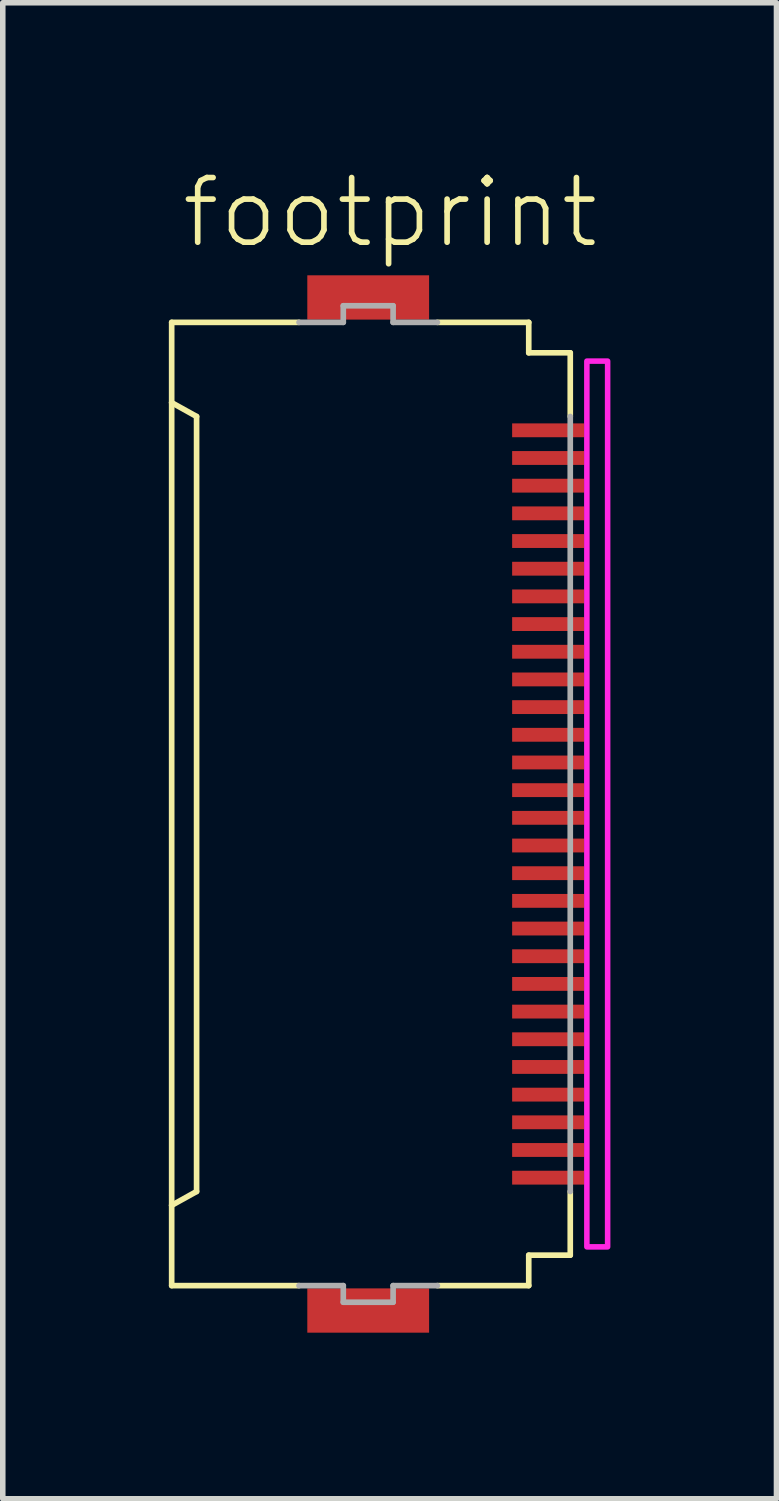
<source format=kicad_pcb>
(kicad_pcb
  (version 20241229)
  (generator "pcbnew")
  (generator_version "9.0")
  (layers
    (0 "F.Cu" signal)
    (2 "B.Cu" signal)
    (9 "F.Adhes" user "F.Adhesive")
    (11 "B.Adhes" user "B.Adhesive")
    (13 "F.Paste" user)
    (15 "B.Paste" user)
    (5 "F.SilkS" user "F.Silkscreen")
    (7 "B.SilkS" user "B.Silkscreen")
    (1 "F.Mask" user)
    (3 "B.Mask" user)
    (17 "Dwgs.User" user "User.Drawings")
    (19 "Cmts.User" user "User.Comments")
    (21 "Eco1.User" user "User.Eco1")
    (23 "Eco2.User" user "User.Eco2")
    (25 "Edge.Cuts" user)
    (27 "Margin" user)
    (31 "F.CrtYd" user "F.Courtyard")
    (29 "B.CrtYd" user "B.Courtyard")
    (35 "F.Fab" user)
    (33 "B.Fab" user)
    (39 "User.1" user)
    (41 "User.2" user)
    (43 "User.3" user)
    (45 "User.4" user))
  (footprint "footprint"
    (layer "F.Cu")
    (at 3.676 11.473)
    (property "Reference" "footprint" (at -3.5 -10 0) (layer "F.SilkS") (effects (font (size 1.168 1.168) (thickness 0.102)) (justify left bottom)))
    (fp_poly (pts (xy 2.475 -6.575) (xy 3.875 -6.575) (xy 3.875 -6.925) (xy 2.475 -6.925)) (stroke (width 0) (type solid)) (fill yes) (layer "F.Mask"))
    (fp_poly (pts (xy 2.475 -6.075) (xy 3.875 -6.075) (xy 3.875 -6.425) (xy 2.475 -6.425)) (stroke (width 0) (type solid)) (fill yes) (layer "F.Mask"))
    (fp_poly (pts (xy 2.475 -5.575) (xy 3.875 -5.575) (xy 3.875 -5.925) (xy 2.475 -5.925)) (stroke (width 0) (type solid)) (fill yes) (layer "F.Mask"))
    (fp_poly (pts (xy 2.475 -5.075) (xy 3.875 -5.075) (xy 3.875 -5.425) (xy 2.475 -5.425)) (stroke (width 0) (type solid)) (fill yes) (layer "F.Mask"))
    (fp_poly (pts (xy 2.475 -4.575) (xy 3.875 -4.575) (xy 3.875 -4.925) (xy 2.475 -4.925)) (stroke (width 0) (type solid)) (fill yes) (layer "F.Mask"))
    (fp_poly (pts (xy 2.475 -4.075) (xy 3.875 -4.075) (xy 3.875 -4.425) (xy 2.475 -4.425)) (stroke (width 0) (type solid)) (fill yes) (layer "F.Mask"))
    (fp_poly (pts (xy 2.475 -3.575) (xy 3.875 -3.575) (xy 3.875 -3.925) (xy 2.475 -3.925)) (stroke (width 0) (type solid)) (fill yes) (layer "F.Mask"))
    (fp_poly (pts (xy 2.475 -3.075) (xy 3.875 -3.075) (xy 3.875 -3.425) (xy 2.475 -3.425)) (stroke (width 0) (type solid)) (fill yes) (layer "F.Mask"))
    (fp_poly (pts (xy 2.475 -2.575) (xy 3.875 -2.575) (xy 3.875 -2.925) (xy 2.475 -2.925)) (stroke (width 0) (type solid)) (fill yes) (layer "F.Mask"))
    (fp_poly (pts (xy 2.475 -2.075) (xy 3.875 -2.075) (xy 3.875 -2.425) (xy 2.475 -2.425)) (stroke (width 0) (type solid)) (fill yes) (layer "F.Mask"))
    (fp_poly (pts (xy 2.475 -1.575) (xy 3.875 -1.575) (xy 3.875 -1.925) (xy 2.475 -1.925)) (stroke (width 0) (type solid)) (fill yes) (layer "F.Mask"))
    (fp_poly (pts (xy 2.475 -1.075) (xy 3.875 -1.075) (xy 3.875 -1.425) (xy 2.475 -1.425)) (stroke (width 0) (type solid)) (fill yes) (layer "F.Mask"))
    (fp_poly (pts (xy 2.475 -0.575) (xy 3.875 -0.575) (xy 3.875 -0.925) (xy 2.475 -0.925)) (stroke (width 0) (type solid)) (fill yes) (layer "F.Mask"))
    (fp_poly (pts (xy 2.475 -0.075) (xy 3.875 -0.075) (xy 3.875 -0.425) (xy 2.475 -0.425)) (stroke (width 0) (type solid)) (fill yes) (layer "F.Mask"))
    (fp_poly (pts (xy 2.475 0.425) (xy 3.875 0.425) (xy 3.875 0.075) (xy 2.475 0.075)) (stroke (width 0) (type solid)) (fill yes) (layer "F.Mask"))
    (fp_poly (pts (xy 2.475 0.925) (xy 3.875 0.925) (xy 3.875 0.575) (xy 2.475 0.575)) (stroke (width 0) (type solid)) (fill yes) (layer "F.Mask"))
    (fp_poly (pts (xy 2.475 1.425) (xy 3.875 1.425) (xy 3.875 1.075) (xy 2.475 1.075)) (stroke (width 0) (type solid)) (fill yes) (layer "F.Mask"))
    (fp_poly (pts (xy 2.475 1.925) (xy 3.875 1.925) (xy 3.875 1.575) (xy 2.475 1.575)) (stroke (width 0) (type solid)) (fill yes) (layer "F.Mask"))
    (fp_poly (pts (xy 2.475 2.425) (xy 3.875 2.425) (xy 3.875 2.075) (xy 2.475 2.075)) (stroke (width 0) (type solid)) (fill yes) (layer "F.Mask"))
    (fp_poly (pts (xy 2.475 2.925) (xy 3.875 2.925) (xy 3.875 2.575) (xy 2.475 2.575)) (stroke (width 0) (type solid)) (fill yes) (layer "F.Mask"))
    (fp_poly (pts (xy 2.475 3.425) (xy 3.875 3.425) (xy 3.875 3.075) (xy 2.475 3.075)) (stroke (width 0) (type solid)) (fill yes) (layer "F.Mask"))
    (fp_poly (pts (xy 2.475 3.925) (xy 3.875 3.925) (xy 3.875 3.575) (xy 2.475 3.575)) (stroke (width 0) (type solid)) (fill yes) (layer "F.Mask"))
    (fp_poly (pts (xy 2.475 4.425) (xy 3.875 4.425) (xy 3.875 4.075) (xy 2.475 4.075)) (stroke (width 0) (type solid)) (fill yes) (layer "F.Mask"))
    (fp_poly (pts (xy 2.475 4.925) (xy 3.875 4.925) (xy 3.875 4.575) (xy 2.475 4.575)) (stroke (width 0) (type solid)) (fill yes) (layer "F.Mask"))
    (fp_poly (pts (xy 2.475 5.425) (xy 3.875 5.425) (xy 3.875 5.075) (xy 2.475 5.075)) (stroke (width 0) (type solid)) (fill yes) (layer "F.Mask"))
    (fp_poly (pts (xy 2.475 5.925) (xy 3.875 5.925) (xy 3.875 5.575) (xy 2.475 5.575)) (stroke (width 0) (type solid)) (fill yes) (layer "F.Mask"))
    (fp_poly (pts (xy 2.475 6.425) (xy 3.875 6.425) (xy 3.875 6.075) (xy 2.475 6.075)) (stroke (width 0) (type solid)) (fill yes) (layer "F.Mask"))
    (fp_poly (pts (xy 2.475 6.925) (xy 3.875 6.925) (xy 3.875 6.575) (xy 2.475 6.575)) (stroke (width 0) (type solid)) (fill yes) (layer "F.Mask"))
    (fp_line (start -3.625 -8.7) (end -1.325 -8.7) (stroke (width 0.102) (type solid)) (layer "F.SilkS"))
    (fp_line (start -3.625 -7.25) (end -3.625 -8.7) (stroke (width 0.102) (type solid)) (layer "F.SilkS"))
    (fp_line (start -3.625 -7.25) (end -3.625 7.25) (stroke (width 0.102) (type solid)) (layer "F.SilkS"))
    (fp_line (start -3.625 7.25) (end -3.175 7) (stroke (width 0.102) (type solid)) (layer "F.SilkS"))
    (fp_line (start -3.625 8.7) (end -3.625 7.25) (stroke (width 0.102) (type solid)) (layer "F.SilkS"))
    (fp_line (start -3.175 -7) (end -3.625 -7.25) (stroke (width 0.102) (type solid)) (layer "F.SilkS"))
    (fp_line (start -3.175 7) (end -3.175 -7) (stroke (width 0.102) (type solid)) (layer "F.SilkS"))
    (fp_line (start -1.325 8.7) (end -3.625 8.7) (stroke (width 0.102) (type solid)) (layer "F.SilkS"))
    (fp_line (start 1.175 -8.7) (end 2.825 -8.7) (stroke (width 0.102) (type solid)) (layer "F.SilkS"))
    (fp_line (start 1.175 8.7) (end 2.825 8.7) (stroke (width 0.102) (type solid)) (layer "F.SilkS"))
    (fp_line (start 2.825 -8.7) (end 2.825 -8.15) (stroke (width 0.102) (type solid)) (layer "F.SilkS"))
    (fp_line (start 2.825 -8.15) (end 3.575 -8.15) (stroke (width 0.102) (type solid)) (layer "F.SilkS"))
    (fp_line (start 2.825 8.15) (end 2.825 8.7) (stroke (width 0.102) (type solid)) (layer "F.SilkS"))
    (fp_line (start 2.825 8.15) (end 3.575 8.15) (stroke (width 0.102) (type solid)) (layer "F.SilkS"))
    (fp_line (start 3.575 -8.15) (end 3.575 -7) (stroke (width 0.102) (type solid)) (layer "F.SilkS"))
    (fp_line (start 3.575 7) (end 3.575 8.15) (stroke (width 0.102) (type solid)) (layer "F.SilkS"))
    (fp_poly (pts (xy 3.875 8) (xy 4.25 8) (xy 4.25 -8) (xy 3.875 -8)) (stroke (width 0.1) (type solid)) (fill no) (layer "F.CrtYd"))
    (fp_line (start -1.325 -8.7) (end -0.525 -8.7) (stroke (width 0.102) (type solid)) (layer "F.Fab"))
    (fp_line (start -0.525 -9) (end 0.375 -9) (stroke (width 0.102) (type solid)) (layer "F.Fab"))
    (fp_line (start -0.525 -8.7) (end -0.525 -9) (stroke (width 0.102) (type solid)) (layer "F.Fab"))
    (fp_line (start -0.525 8.7) (end -1.325 8.7) (stroke (width 0.102) (type solid)) (layer "F.Fab"))
    (fp_line (start -0.525 9) (end -0.525 8.7) (stroke (width 0.102) (type solid)) (layer "F.Fab"))
    (fp_line (start 0.375 -9) (end 0.375 -8.7) (stroke (width 0.102) (type solid)) (layer "F.Fab"))
    (fp_line (start 0.375 -8.7) (end 1.175 -8.7) (stroke (width 0.102) (type solid)) (layer "F.Fab"))
    (fp_line (start 0.375 8.7) (end 0.375 9) (stroke (width 0.102) (type solid)) (layer "F.Fab"))
    (fp_line (start 0.375 9) (end -0.525 9) (stroke (width 0.102) (type solid)) (layer "F.Fab"))
    (fp_line (start 1.175 8.7) (end 0.375 8.7) (stroke (width 0.102) (type solid)) (layer "F.Fab"))
    (fp_line (start 3.575 -7) (end 3.575 7) (stroke (width 0.102) (type solid)) (layer "F.Fab"))
    (pad "1" smd rect (at 3.175 -6.75) (size 1.3 0.25) (layers "F.Cu" "F.Paste"))
    (pad "2" smd rect (at 3.175 -6.25) (size 1.3 0.25) (layers "F.Cu" "F.Paste"))
    (pad "3" smd rect (at 3.175 -5.75) (size 1.3 0.25) (layers "F.Cu" "F.Paste"))
    (pad "4" smd rect (at 3.175 -5.25) (size 1.3 0.25) (layers "F.Cu" "F.Paste"))
    (pad "5" smd rect (at 3.175 -4.75) (size 1.3 0.25) (layers "F.Cu" "F.Paste"))
    (pad "6" smd rect (at 3.175 -4.25) (size 1.3 0.25) (layers "F.Cu" "F.Paste"))
    (pad "7" smd rect (at 3.175 -3.75) (size 1.3 0.25) (layers "F.Cu" "F.Paste"))
    (pad "8" smd rect (at 3.175 -3.25) (size 1.3 0.25) (layers "F.Cu" "F.Paste"))
    (pad "9" smd rect (at 3.175 -2.75) (size 1.3 0.25) (layers "F.Cu" "F.Paste"))
    (pad "10" smd rect (at 3.175 -2.25) (size 1.3 0.25) (layers "F.Cu" "F.Paste"))
    (pad "11" smd rect (at 3.175 -1.75) (size 1.3 0.25) (layers "F.Cu" "F.Paste"))
    (pad "12" smd rect (at 3.175 -1.25) (size 1.3 0.25) (layers "F.Cu" "F.Paste"))
    (pad "13" smd rect (at 3.175 -0.75) (size 1.3 0.25) (layers "F.Cu" "F.Paste"))
    (pad "14" smd rect (at 3.175 -0.25) (size 1.3 0.25) (layers "F.Cu" "F.Paste"))
    (pad "15" smd rect (at 3.175 0.25) (size 1.3 0.25) (layers "F.Cu" "F.Paste"))
    (pad "16" smd rect (at 3.175 0.75) (size 1.3 0.25) (layers "F.Cu" "F.Paste"))
    (pad "17" smd rect (at 3.175 1.25) (size 1.3 0.25) (layers "F.Cu" "F.Paste"))
    (pad "18" smd rect (at 3.175 1.75) (size 1.3 0.25) (layers "F.Cu" "F.Paste"))
    (pad "19" smd rect (at 3.175 2.25) (size 1.3 0.25) (layers "F.Cu" "F.Paste"))
    (pad "20" smd rect (at 3.175 2.75) (size 1.3 0.25) (layers "F.Cu" "F.Paste"))
    (pad "21" smd rect (at 3.175 3.25) (size 1.3 0.25) (layers "F.Cu" "F.Paste"))
    (pad "22" smd rect (at 3.175 3.75) (size 1.3 0.25) (layers "F.Cu" "F.Paste"))
    (pad "23" smd rect (at 3.175 4.25) (size 1.3 0.25) (layers "F.Cu" "F.Paste"))
    (pad "24" smd rect (at 3.175 4.75) (size 1.3 0.25) (layers "F.Cu" "F.Paste"))
    (pad "25" smd rect (at 3.175 5.25) (size 1.3 0.25) (layers "F.Cu" "F.Paste"))
    (pad "26" smd rect (at 3.175 5.75) (size 1.3 0.25) (layers "F.Cu" "F.Paste"))
    (pad "27" smd rect (at 3.175 6.25) (size 1.3 0.25) (layers "F.Cu" "F.Paste"))
    (pad "28" smd rect (at 3.175 6.75) (size 1.3 0.25) (layers "F.Cu" "F.Paste"))
    (pad "M1" smd rect (at -0.075 -9.15) (size 2.2 0.8) (layers "F.Cu" "F.Mask" "F.Paste"))
    (pad "M2" smd rect (at -0.075 9.15) (size 2.2 0.8) (layers "F.Cu" "F.Mask" "F.Paste"))
    (zone (net_name "") (layers "F.Cu" "B.Cu") (hatch edge 0.508) (connect_pads) (min_thickness 0.254) (filled_areas_thickness no) (keepout (tracks allowed) (vias not_allowed) (pads allowed) (copperpour allowed) (footprints allowed)) (placement (enabled no)) (fill) (polygon (pts (xy 3.901 18.473) (xy 6.151 18.473) (xy 6.151 4.473) (xy 3.901 4.473)))))
  (gr_rect
    (start -3 -3)
    (end 10.976 24.023)
    (stroke (width 0.1) (type default))
    (fill no)
    (layer "Edge.Cuts")))
</source>
